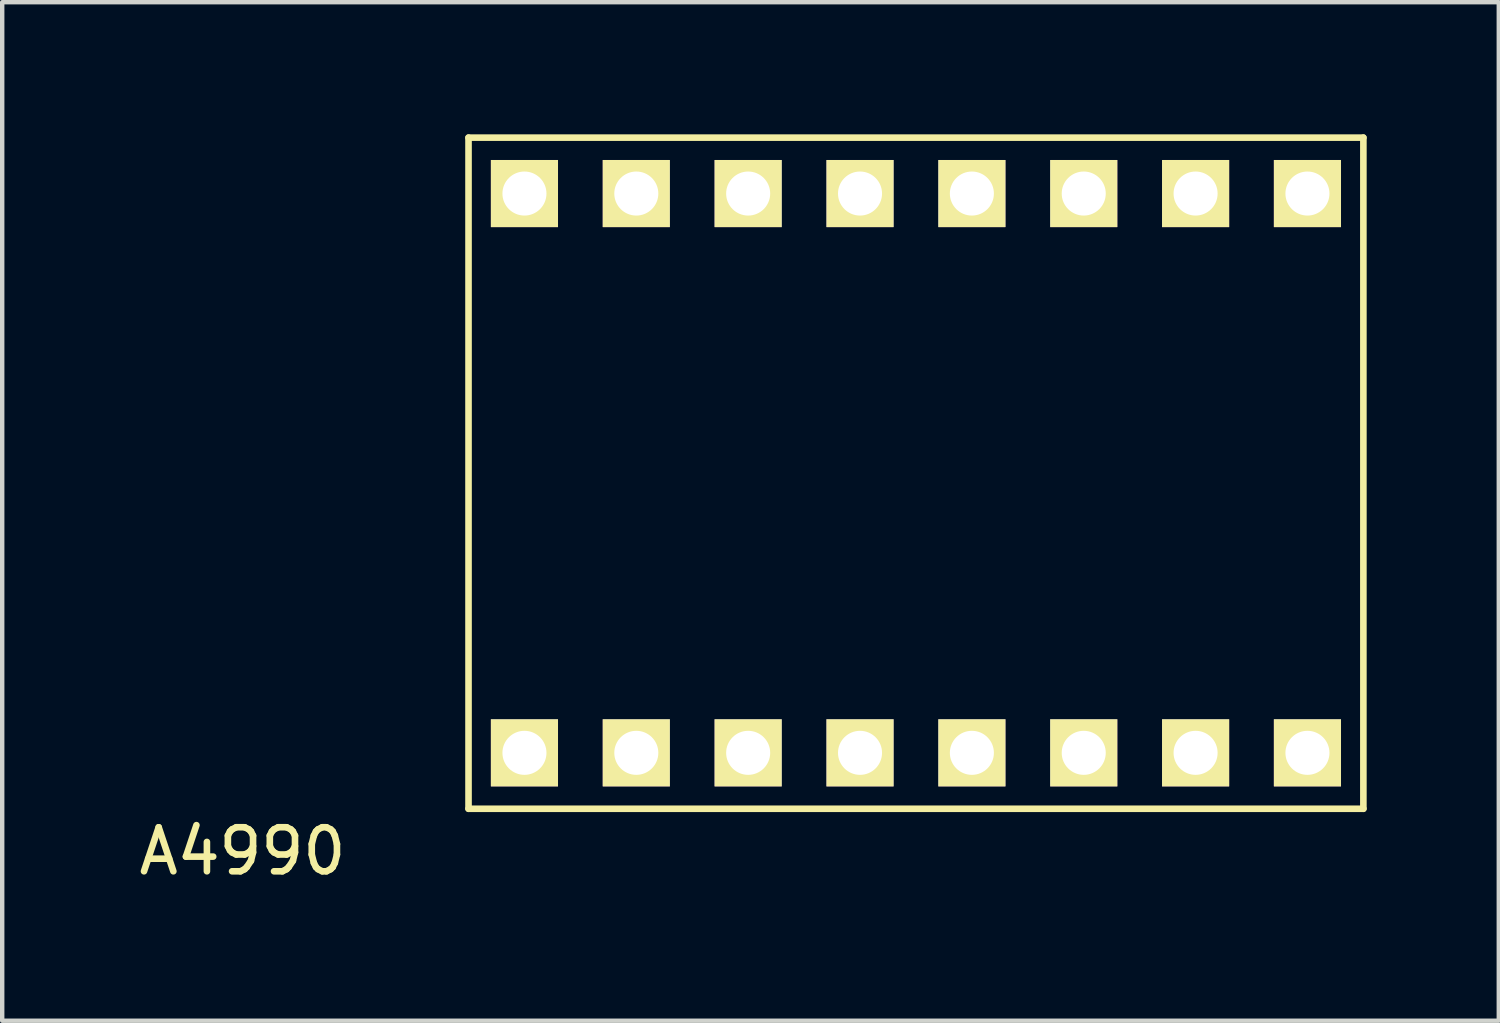
<source format=kicad_pcb>
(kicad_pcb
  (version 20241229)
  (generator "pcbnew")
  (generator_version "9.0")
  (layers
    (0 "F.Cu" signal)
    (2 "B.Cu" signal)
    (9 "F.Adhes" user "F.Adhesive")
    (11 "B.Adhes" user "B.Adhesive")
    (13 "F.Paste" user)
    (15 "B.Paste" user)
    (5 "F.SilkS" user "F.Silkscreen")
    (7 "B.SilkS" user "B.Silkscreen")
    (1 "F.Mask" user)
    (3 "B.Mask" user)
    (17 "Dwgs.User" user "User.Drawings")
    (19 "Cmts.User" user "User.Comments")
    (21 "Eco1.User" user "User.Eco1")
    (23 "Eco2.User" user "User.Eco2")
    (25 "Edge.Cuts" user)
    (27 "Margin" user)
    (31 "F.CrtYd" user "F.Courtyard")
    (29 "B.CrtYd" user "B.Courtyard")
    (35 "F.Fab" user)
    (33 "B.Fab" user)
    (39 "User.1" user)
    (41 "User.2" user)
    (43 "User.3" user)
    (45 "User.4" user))
  (footprint "A4990"
    (layer "F.Cu")
    (at 8.859 14.045)
    (property "Reference" "A4990" (at -6.401 2.235 0) (layer "F.SilkS") (effects (font (size 1 1) (thickness 0.15))))
    (attr through_hole)
    (fp_line (start -1.27 -13.97) (end 19.05 -13.97) (stroke (width 0.15) (type solid)) (layer "F.SilkS"))
    (fp_line (start -1.27 1.27) (end -1.27 -13.97) (stroke (width 0.15) (type solid)) (layer "F.SilkS"))
    (fp_line (start -1.27 1.27) (end 19.05 1.27) (stroke (width 0.15) (type solid)) (layer "F.SilkS"))
    (fp_line (start 19.05 -13.97) (end 19.05 1.27) (stroke (width 0.15) (type solid)) (layer "F.SilkS"))
    (pad "1" thru_hole rect (at 0 0) (size 1.524 1.524) (drill 1) (layers "*.Cu" "*.Mask" "F.SilkS"))
    (pad "2" thru_hole rect (at 2.54 0) (size 1.524 1.524) (drill 1) (layers "*.Cu" "*.Mask" "F.SilkS"))
    (pad "3" thru_hole rect (at 5.08 0) (size 1.524 1.524) (drill 1) (layers "*.Cu" "*.Mask" "F.SilkS"))
    (pad "4" thru_hole rect (at 7.62 0) (size 1.524 1.524) (drill 1) (layers "*.Cu" "*.Mask" "F.SilkS"))
    (pad "5" thru_hole rect (at 10.16 0) (size 1.524 1.524) (drill 1) (layers "*.Cu" "*.Mask" "F.SilkS"))
    (pad "6" thru_hole rect (at 12.7 0) (size 1.524 1.524) (drill 1) (layers "*.Cu" "*.Mask" "F.SilkS"))
    (pad "7" thru_hole rect (at 15.24 0) (size 1.524 1.524) (drill 1) (layers "*.Cu" "*.Mask" "F.SilkS"))
    (pad "8" thru_hole rect (at 17.78 0) (size 1.524 1.524) (drill 1) (layers "*.Cu" "*.Mask" "F.SilkS"))
    (pad "9" thru_hole rect (at 0 -12.7) (size 1.524 1.524) (drill 1) (layers "*.Cu" "*.Mask" "F.SilkS"))
    (pad "10" thru_hole rect (at 2.54 -12.7) (size 1.524 1.524) (drill 1) (layers "*.Cu" "*.Mask" "F.SilkS"))
    (pad "11" thru_hole rect (at 5.08 -12.7) (size 1.524 1.524) (drill 1) (layers "*.Cu" "*.Mask" "F.SilkS"))
    (pad "12" thru_hole rect (at 7.62 -12.7) (size 1.524 1.524) (drill 1) (layers "*.Cu" "*.Mask" "F.SilkS"))
    (pad "13" thru_hole rect (at 10.16 -12.7) (size 1.524 1.524) (drill 1) (layers "*.Cu" "*.Mask" "F.SilkS"))
    (pad "14" thru_hole rect (at 12.7 -12.7) (size 1.524 1.524) (drill 1) (layers "*.Cu" "*.Mask" "F.SilkS"))
    (pad "15" thru_hole rect (at 15.24 -12.7) (size 1.524 1.524) (drill 1) (layers "*.Cu" "*.Mask" "F.SilkS"))
    (pad "16" thru_hole rect (at 17.78 -12.7) (size 1.524 1.524) (drill 1) (layers "*.Cu" "*.Mask" "F.SilkS")))
  (gr_rect
    (start -3 -3)
    (end 30.984 20.128)
    (stroke (width 0.1) (type default))
    (fill no)
    (layer "Edge.Cuts")))
</source>
